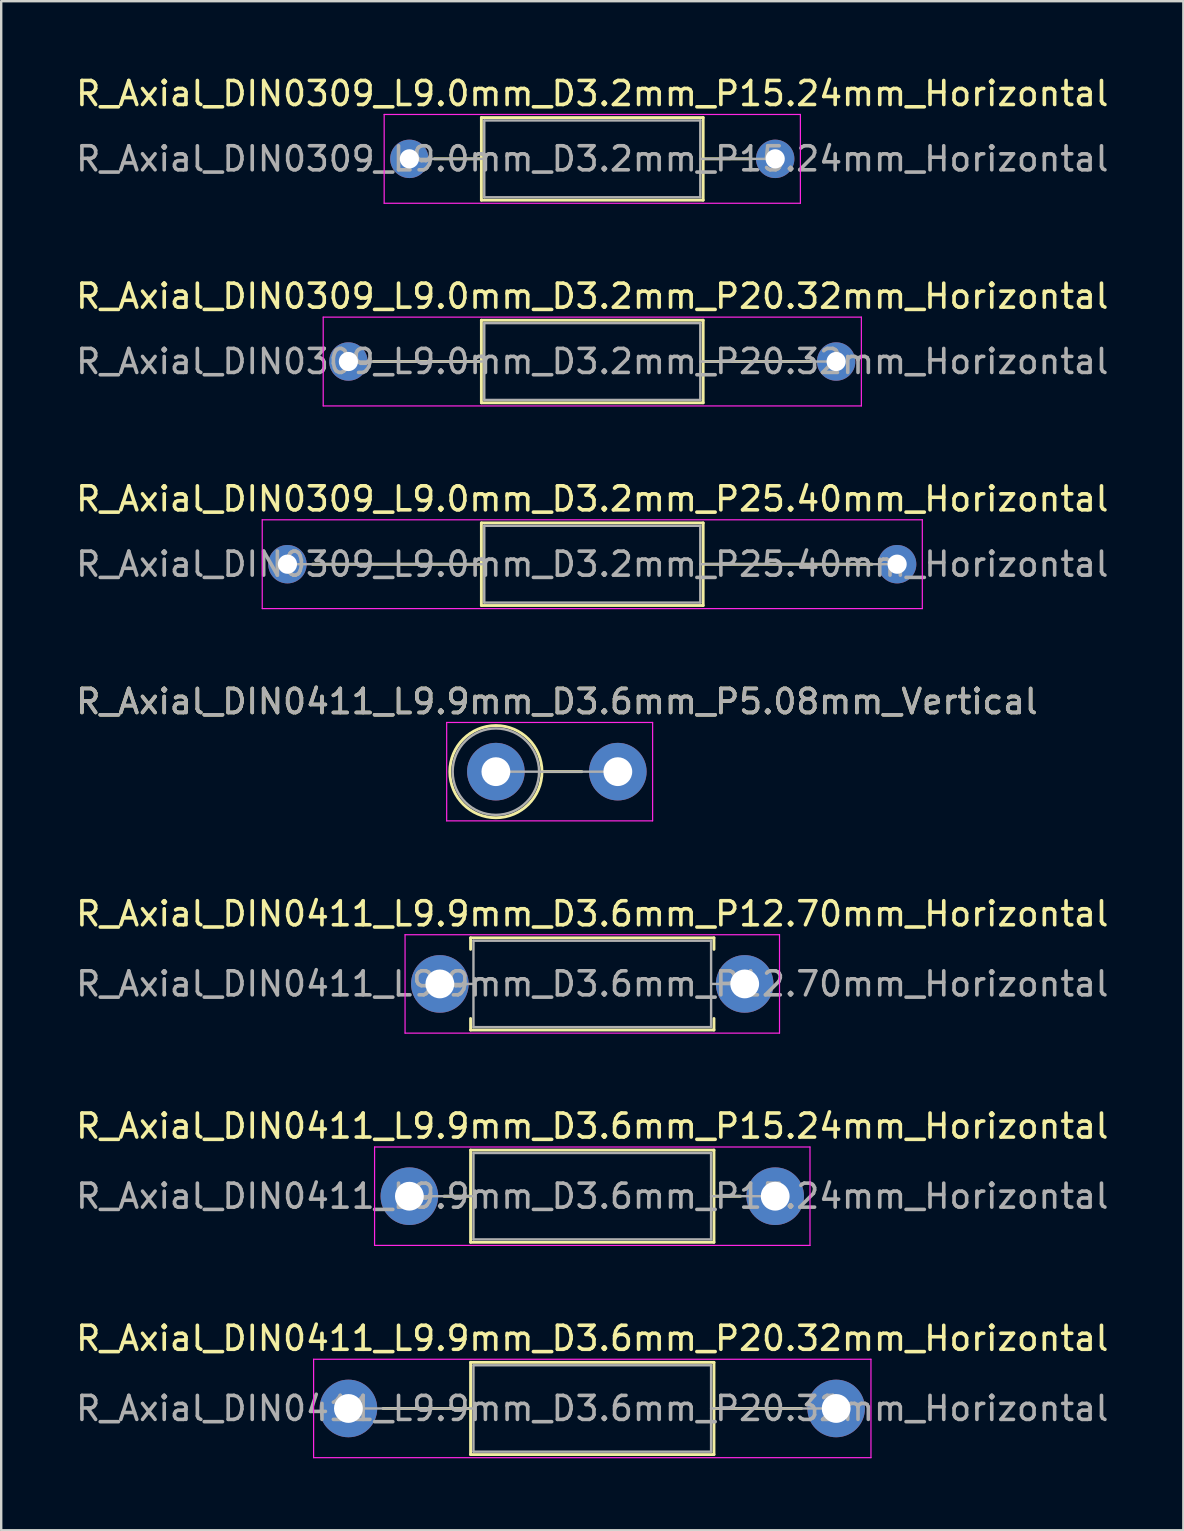
<source format=kicad_pcb>
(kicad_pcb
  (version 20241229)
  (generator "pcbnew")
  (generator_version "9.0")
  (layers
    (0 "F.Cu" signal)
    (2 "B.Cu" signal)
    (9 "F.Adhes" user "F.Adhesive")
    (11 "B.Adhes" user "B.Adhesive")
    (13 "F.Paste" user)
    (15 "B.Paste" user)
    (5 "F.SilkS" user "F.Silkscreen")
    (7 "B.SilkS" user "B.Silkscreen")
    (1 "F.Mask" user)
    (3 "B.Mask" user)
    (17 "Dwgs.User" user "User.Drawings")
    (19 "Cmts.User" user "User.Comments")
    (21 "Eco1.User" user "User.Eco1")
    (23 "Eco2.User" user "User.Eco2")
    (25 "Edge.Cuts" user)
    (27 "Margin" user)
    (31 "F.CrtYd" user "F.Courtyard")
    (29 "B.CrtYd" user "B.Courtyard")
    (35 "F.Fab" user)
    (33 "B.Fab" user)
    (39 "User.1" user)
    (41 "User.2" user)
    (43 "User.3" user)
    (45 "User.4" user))
  (footprint "R_Axial_DIN0411_L9.9mm_D3.6mm_P12.70mm_Horizontal"
    (layer "F.Cu")
    (at 15.275 37.941)
    (property "Reference" "R_Axial_DIN0411_L9.9mm_D3.6mm_P12.70mm_Horizontal" (at 6.35 -2.92 0) (layer "F.SilkS") (effects (font (size 1 1) (thickness 0.15))))
    (attr through_hole)
    (fp_line (start 1.28 -1.92) (end 11.42 -1.92) (stroke (width 0.12) (type solid)) (layer "F.SilkS"))
    (fp_line (start 1.28 -1.44) (end 1.28 -1.92) (stroke (width 0.12) (type solid)) (layer "F.SilkS"))
    (fp_line (start 1.28 1.44) (end 1.28 1.92) (stroke (width 0.12) (type solid)) (layer "F.SilkS"))
    (fp_line (start 1.28 1.92) (end 11.42 1.92) (stroke (width 0.12) (type solid)) (layer "F.SilkS"))
    (fp_line (start 11.42 -1.92) (end 11.42 -1.44) (stroke (width 0.12) (type solid)) (layer "F.SilkS"))
    (fp_line (start 11.42 1.92) (end 11.42 1.44) (stroke (width 0.12) (type solid)) (layer "F.SilkS"))
    (fp_line (start -1.45 -2.05) (end -1.45 2.05) (stroke (width 0.05) (type solid)) (layer "F.CrtYd"))
    (fp_line (start -1.45 2.05) (end 14.15 2.05) (stroke (width 0.05) (type solid)) (layer "F.CrtYd"))
    (fp_line (start 14.15 -2.05) (end -1.45 -2.05) (stroke (width 0.05) (type solid)) (layer "F.CrtYd"))
    (fp_line (start 14.15 2.05) (end 14.15 -2.05) (stroke (width 0.05) (type solid)) (layer "F.CrtYd"))
    (fp_line (start 0 0) (end 1.4 0) (stroke (width 0.1) (type solid)) (layer "F.Fab"))
    (fp_line (start 1.4 -1.8) (end 1.4 1.8) (stroke (width 0.1) (type solid)) (layer "F.Fab"))
    (fp_line (start 1.4 1.8) (end 11.3 1.8) (stroke (width 0.1) (type solid)) (layer "F.Fab"))
    (fp_line (start 11.3 -1.8) (end 1.4 -1.8) (stroke (width 0.1) (type solid)) (layer "F.Fab"))
    (fp_line (start 11.3 1.8) (end 11.3 -1.8) (stroke (width 0.1) (type solid)) (layer "F.Fab"))
    (fp_line (start 12.7 0) (end 11.3 0) (stroke (width 0.1) (type solid)) (layer "F.Fab"))
    (fp_text user "${REFERENCE}" (at 6.35 0 0) (layer "F.Fab") (effects (font (size 1 1) (thickness 0.15))))
    (pad "1" thru_hole circle (at 0 0) (size 2.4 2.4) (drill 1.2) (layers "*.Cu" "*.Mask"))
    (pad "2" thru_hole oval (at 12.7 0) (size 2.4 2.4) (drill 1.2) (layers "*.Cu" "*.Mask")))
  (footprint "R_Axial_DIN0411_L9.9mm_D3.6mm_P5.08mm_Vertical"
    (layer "F.Cu")
    (at 17.609 29.098)
    (property "Reference" "R_Axial_DIN0411_L9.9mm_D3.6mm_P5.08mm_Vertical" (at 2.54 -2.92 0) (layer "F.SilkS") (effects (font (size 1 1) (thickness 0.15))))
    (attr through_hole)
    (fp_line (start 1.92 0) (end 3.58 0) (stroke (width 0.12) (type solid)) (layer "F.SilkS"))
    (fp_circle (center 0 0) (end 1.92 0) (stroke (width 0.12) (type solid)) (fill no) (layer "F.SilkS"))
    (fp_line (start -2.05 -2.05) (end -2.05 2.05) (stroke (width 0.05) (type solid)) (layer "F.CrtYd"))
    (fp_line (start -2.05 2.05) (end 6.53 2.05) (stroke (width 0.05) (type solid)) (layer "F.CrtYd"))
    (fp_line (start 6.53 -2.05) (end -2.05 -2.05) (stroke (width 0.05) (type solid)) (layer "F.CrtYd"))
    (fp_line (start 6.53 2.05) (end 6.53 -2.05) (stroke (width 0.05) (type solid)) (layer "F.CrtYd"))
    (fp_line (start 0 0) (end 5.08 0) (stroke (width 0.1) (type solid)) (layer "F.Fab"))
    (fp_circle (center 0 0) (end 1.8 0) (stroke (width 0.1) (type solid)) (fill no) (layer "F.Fab"))
    (fp_text user "${REFERENCE}" (at 2.54 -2.92 0) (layer "F.Fab") (effects (font (size 1 1) (thickness 0.15))))
    (pad "1" thru_hole circle (at 0 0) (size 2.4 2.4) (drill 1.2) (layers "*.Cu" "*.Mask"))
    (pad "2" thru_hole oval (at 5.08 0) (size 2.4 2.4) (drill 1.2) (layers "*.Cu" "*.Mask")))
  (footprint "R_Axial_DIN0411_L9.9mm_D3.6mm_P20.32mm_Horizontal"
    (layer "F.Cu")
    (at 11.465 55.628)
    (property "Reference" "R_Axial_DIN0411_L9.9mm_D3.6mm_P20.32mm_Horizontal" (at 10.16 -2.92 0) (layer "F.SilkS") (effects (font (size 1 1) (thickness 0.15))))
    (attr through_hole)
    (fp_line (start 1.44 0) (end 5.09 0) (stroke (width 0.12) (type solid)) (layer "F.SilkS"))
    (fp_line (start 5.09 -1.92) (end 5.09 1.92) (stroke (width 0.12) (type solid)) (layer "F.SilkS"))
    (fp_line (start 5.09 1.92) (end 15.23 1.92) (stroke (width 0.12) (type solid)) (layer "F.SilkS"))
    (fp_line (start 15.23 -1.92) (end 5.09 -1.92) (stroke (width 0.12) (type solid)) (layer "F.SilkS"))
    (fp_line (start 15.23 1.92) (end 15.23 -1.92) (stroke (width 0.12) (type solid)) (layer "F.SilkS"))
    (fp_line (start 18.88 0) (end 15.23 0) (stroke (width 0.12) (type solid)) (layer "F.SilkS"))
    (fp_line (start -1.45 -2.05) (end -1.45 2.05) (stroke (width 0.05) (type solid)) (layer "F.CrtYd"))
    (fp_line (start -1.45 2.05) (end 21.77 2.05) (stroke (width 0.05) (type solid)) (layer "F.CrtYd"))
    (fp_line (start 21.77 -2.05) (end -1.45 -2.05) (stroke (width 0.05) (type solid)) (layer "F.CrtYd"))
    (fp_line (start 21.77 2.05) (end 21.77 -2.05) (stroke (width 0.05) (type solid)) (layer "F.CrtYd"))
    (fp_line (start 0 0) (end 5.21 0) (stroke (width 0.1) (type solid)) (layer "F.Fab"))
    (fp_line (start 5.21 -1.8) (end 5.21 1.8) (stroke (width 0.1) (type solid)) (layer "F.Fab"))
    (fp_line (start 5.21 1.8) (end 15.11 1.8) (stroke (width 0.1) (type solid)) (layer "F.Fab"))
    (fp_line (start 15.11 -1.8) (end 5.21 -1.8) (stroke (width 0.1) (type solid)) (layer "F.Fab"))
    (fp_line (start 15.11 1.8) (end 15.11 -1.8) (stroke (width 0.1) (type solid)) (layer "F.Fab"))
    (fp_line (start 20.32 0) (end 15.11 0) (stroke (width 0.1) (type solid)) (layer "F.Fab"))
    (fp_text user "${REFERENCE}" (at 10.16 0 0) (layer "F.Fab") (effects (font (size 1 1) (thickness 0.15))))
    (pad "1" thru_hole circle (at 0 0) (size 2.4 2.4) (drill 1.2) (layers "*.Cu" "*.Mask"))
    (pad "2" thru_hole oval (at 20.32 0) (size 2.4 2.4) (drill 1.2) (layers "*.Cu" "*.Mask")))
  (footprint "R_Axial_DIN0309_L9.0mm_D3.2mm_P25.40mm_Horizontal"
    (layer "F.Cu")
    (at 8.925 20.455)
    (property "Reference" "R_Axial_DIN0309_L9.0mm_D3.2mm_P25.40mm_Horizontal" (at 12.7 -2.72 0) (layer "F.SilkS") (effects (font (size 1 1) (thickness 0.15))))
    (attr through_hole)
    (fp_line (start 1.04 0) (end 8.08 0) (stroke (width 0.12) (type solid)) (layer "F.SilkS"))
    (fp_line (start 8.08 -1.72) (end 8.08 1.72) (stroke (width 0.12) (type solid)) (layer "F.SilkS"))
    (fp_line (start 8.08 1.72) (end 17.32 1.72) (stroke (width 0.12) (type solid)) (layer "F.SilkS"))
    (fp_line (start 17.32 -1.72) (end 8.08 -1.72) (stroke (width 0.12) (type solid)) (layer "F.SilkS"))
    (fp_line (start 17.32 1.72) (end 17.32 -1.72) (stroke (width 0.12) (type solid)) (layer "F.SilkS"))
    (fp_line (start 24.36 0) (end 17.32 0) (stroke (width 0.12) (type solid)) (layer "F.SilkS"))
    (fp_line (start -1.05 -1.85) (end -1.05 1.85) (stroke (width 0.05) (type solid)) (layer "F.CrtYd"))
    (fp_line (start -1.05 1.85) (end 26.45 1.85) (stroke (width 0.05) (type solid)) (layer "F.CrtYd"))
    (fp_line (start 26.45 -1.85) (end -1.05 -1.85) (stroke (width 0.05) (type solid)) (layer "F.CrtYd"))
    (fp_line (start 26.45 1.85) (end 26.45 -1.85) (stroke (width 0.05) (type solid)) (layer "F.CrtYd"))
    (fp_line (start 0 0) (end 8.2 0) (stroke (width 0.1) (type solid)) (layer "F.Fab"))
    (fp_line (start 8.2 -1.6) (end 8.2 1.6) (stroke (width 0.1) (type solid)) (layer "F.Fab"))
    (fp_line (start 8.2 1.6) (end 17.2 1.6) (stroke (width 0.1) (type solid)) (layer "F.Fab"))
    (fp_line (start 17.2 -1.6) (end 8.2 -1.6) (stroke (width 0.1) (type solid)) (layer "F.Fab"))
    (fp_line (start 17.2 1.6) (end 17.2 -1.6) (stroke (width 0.1) (type solid)) (layer "F.Fab"))
    (fp_line (start 25.4 0) (end 17.2 0) (stroke (width 0.1) (type solid)) (layer "F.Fab"))
    (fp_text user "${REFERENCE}" (at 12.7 0 0) (layer "F.Fab") (effects (font (size 1 1) (thickness 0.15))))
    (pad "1" thru_hole circle (at 0 0) (size 1.6 1.6) (drill 0.8) (layers "*.Cu" "*.Mask"))
    (pad "2" thru_hole oval (at 25.4 0) (size 1.6 1.6) (drill 0.8) (layers "*.Cu" "*.Mask")))
  (footprint "R_Axial_DIN0411_L9.9mm_D3.6mm_P15.24mm_Horizontal"
    (layer "F.Cu")
    (at 14.005 46.785)
    (property "Reference" "R_Axial_DIN0411_L9.9mm_D3.6mm_P15.24mm_Horizontal" (at 7.62 -2.92 0) (layer "F.SilkS") (effects (font (size 1 1) (thickness 0.15))))
    (attr through_hole)
    (fp_line (start 1.44 0) (end 2.55 0) (stroke (width 0.12) (type solid)) (layer "F.SilkS"))
    (fp_line (start 2.55 -1.92) (end 2.55 1.92) (stroke (width 0.12) (type solid)) (layer "F.SilkS"))
    (fp_line (start 2.55 1.92) (end 12.69 1.92) (stroke (width 0.12) (type solid)) (layer "F.SilkS"))
    (fp_line (start 12.69 -1.92) (end 2.55 -1.92) (stroke (width 0.12) (type solid)) (layer "F.SilkS"))
    (fp_line (start 12.69 1.92) (end 12.69 -1.92) (stroke (width 0.12) (type solid)) (layer "F.SilkS"))
    (fp_line (start 13.8 0) (end 12.69 0) (stroke (width 0.12) (type solid)) (layer "F.SilkS"))
    (fp_line (start -1.45 -2.05) (end -1.45 2.05) (stroke (width 0.05) (type solid)) (layer "F.CrtYd"))
    (fp_line (start -1.45 2.05) (end 16.69 2.05) (stroke (width 0.05) (type solid)) (layer "F.CrtYd"))
    (fp_line (start 16.69 -2.05) (end -1.45 -2.05) (stroke (width 0.05) (type solid)) (layer "F.CrtYd"))
    (fp_line (start 16.69 2.05) (end 16.69 -2.05) (stroke (width 0.05) (type solid)) (layer "F.CrtYd"))
    (fp_line (start 0 0) (end 2.67 0) (stroke (width 0.1) (type solid)) (layer "F.Fab"))
    (fp_line (start 2.67 -1.8) (end 2.67 1.8) (stroke (width 0.1) (type solid)) (layer "F.Fab"))
    (fp_line (start 2.67 1.8) (end 12.57 1.8) (stroke (width 0.1) (type solid)) (layer "F.Fab"))
    (fp_line (start 12.57 -1.8) (end 2.67 -1.8) (stroke (width 0.1) (type solid)) (layer "F.Fab"))
    (fp_line (start 12.57 1.8) (end 12.57 -1.8) (stroke (width 0.1) (type solid)) (layer "F.Fab"))
    (fp_line (start 15.24 0) (end 12.57 0) (stroke (width 0.1) (type solid)) (layer "F.Fab"))
    (fp_text user "${REFERENCE}" (at 7.62 0 0) (layer "F.Fab") (effects (font (size 1 1) (thickness 0.15))))
    (pad "1" thru_hole circle (at 0 0) (size 2.4 2.4) (drill 1.2) (layers "*.Cu" "*.Mask"))
    (pad "2" thru_hole oval (at 15.24 0) (size 2.4 2.4) (drill 1.2) (layers "*.Cu" "*.Mask")))
  (footprint "R_Axial_DIN0309_L9.0mm_D3.2mm_P15.24mm_Horizontal"
    (layer "F.Cu")
    (at 14.005 3.568)
    (property "Reference" "R_Axial_DIN0309_L9.0mm_D3.2mm_P15.24mm_Horizontal" (at 7.62 -2.72 0) (layer "F.SilkS") (effects (font (size 1 1) (thickness 0.15))))
    (attr through_hole)
    (fp_line (start 1.04 0) (end 3 0) (stroke (width 0.12) (type solid)) (layer "F.SilkS"))
    (fp_line (start 3 -1.72) (end 3 1.72) (stroke (width 0.12) (type solid)) (layer "F.SilkS"))
    (fp_line (start 3 1.72) (end 12.24 1.72) (stroke (width 0.12) (type solid)) (layer "F.SilkS"))
    (fp_line (start 12.24 -1.72) (end 3 -1.72) (stroke (width 0.12) (type solid)) (layer "F.SilkS"))
    (fp_line (start 12.24 1.72) (end 12.24 -1.72) (stroke (width 0.12) (type solid)) (layer "F.SilkS"))
    (fp_line (start 14.2 0) (end 12.24 0) (stroke (width 0.12) (type solid)) (layer "F.SilkS"))
    (fp_line (start -1.05 -1.85) (end -1.05 1.85) (stroke (width 0.05) (type solid)) (layer "F.CrtYd"))
    (fp_line (start -1.05 1.85) (end 16.29 1.85) (stroke (width 0.05) (type solid)) (layer "F.CrtYd"))
    (fp_line (start 16.29 -1.85) (end -1.05 -1.85) (stroke (width 0.05) (type solid)) (layer "F.CrtYd"))
    (fp_line (start 16.29 1.85) (end 16.29 -1.85) (stroke (width 0.05) (type solid)) (layer "F.CrtYd"))
    (fp_line (start 0 0) (end 3.12 0) (stroke (width 0.1) (type solid)) (layer "F.Fab"))
    (fp_line (start 3.12 -1.6) (end 3.12 1.6) (stroke (width 0.1) (type solid)) (layer "F.Fab"))
    (fp_line (start 3.12 1.6) (end 12.12 1.6) (stroke (width 0.1) (type solid)) (layer "F.Fab"))
    (fp_line (start 12.12 -1.6) (end 3.12 -1.6) (stroke (width 0.1) (type solid)) (layer "F.Fab"))
    (fp_line (start 12.12 1.6) (end 12.12 -1.6) (stroke (width 0.1) (type solid)) (layer "F.Fab"))
    (fp_line (start 15.24 0) (end 12.12 0) (stroke (width 0.1) (type solid)) (layer "F.Fab"))
    (fp_text user "${REFERENCE}" (at 7.62 0 0) (layer "F.Fab") (effects (font (size 1 1) (thickness 0.15))))
    (pad "1" thru_hole circle (at 0 0) (size 1.6 1.6) (drill 0.8) (layers "*.Cu" "*.Mask"))
    (pad "2" thru_hole oval (at 15.24 0) (size 1.6 1.6) (drill 0.8) (layers "*.Cu" "*.Mask")))
  (footprint "R_Axial_DIN0309_L9.0mm_D3.2mm_P20.32mm_Horizontal"
    (layer "F.Cu")
    (at 11.465 12.011)
    (property "Reference" "R_Axial_DIN0309_L9.0mm_D3.2mm_P20.32mm_Horizontal" (at 10.16 -2.72 0) (layer "F.SilkS") (effects (font (size 1 1) (thickness 0.15))))
    (attr through_hole)
    (fp_line (start 1.04 0) (end 5.54 0) (stroke (width 0.12) (type solid)) (layer "F.SilkS"))
    (fp_line (start 5.54 -1.72) (end 5.54 1.72) (stroke (width 0.12) (type solid)) (layer "F.SilkS"))
    (fp_line (start 5.54 1.72) (end 14.78 1.72) (stroke (width 0.12) (type solid)) (layer "F.SilkS"))
    (fp_line (start 14.78 -1.72) (end 5.54 -1.72) (stroke (width 0.12) (type solid)) (layer "F.SilkS"))
    (fp_line (start 14.78 1.72) (end 14.78 -1.72) (stroke (width 0.12) (type solid)) (layer "F.SilkS"))
    (fp_line (start 19.28 0) (end 14.78 0) (stroke (width 0.12) (type solid)) (layer "F.SilkS"))
    (fp_line (start -1.05 -1.85) (end -1.05 1.85) (stroke (width 0.05) (type solid)) (layer "F.CrtYd"))
    (fp_line (start -1.05 1.85) (end 21.37 1.85) (stroke (width 0.05) (type solid)) (layer "F.CrtYd"))
    (fp_line (start 21.37 -1.85) (end -1.05 -1.85) (stroke (width 0.05) (type solid)) (layer "F.CrtYd"))
    (fp_line (start 21.37 1.85) (end 21.37 -1.85) (stroke (width 0.05) (type solid)) (layer "F.CrtYd"))
    (fp_line (start 0 0) (end 5.66 0) (stroke (width 0.1) (type solid)) (layer "F.Fab"))
    (fp_line (start 5.66 -1.6) (end 5.66 1.6) (stroke (width 0.1) (type solid)) (layer "F.Fab"))
    (fp_line (start 5.66 1.6) (end 14.66 1.6) (stroke (width 0.1) (type solid)) (layer "F.Fab"))
    (fp_line (start 14.66 -1.6) (end 5.66 -1.6) (stroke (width 0.1) (type solid)) (layer "F.Fab"))
    (fp_line (start 14.66 1.6) (end 14.66 -1.6) (stroke (width 0.1) (type solid)) (layer "F.Fab"))
    (fp_line (start 20.32 0) (end 14.66 0) (stroke (width 0.1) (type solid)) (layer "F.Fab"))
    (fp_text user "${REFERENCE}" (at 10.16 0 0) (layer "F.Fab") (effects (font (size 1 1) (thickness 0.15))))
    (pad "1" thru_hole circle (at 0 0) (size 1.6 1.6) (drill 0.8) (layers "*.Cu" "*.Mask"))
    (pad "2" thru_hole oval (at 20.32 0) (size 1.6 1.6) (drill 0.8) (layers "*.Cu" "*.Mask")))
  (gr_rect
    (start -3 -3)
    (end 46.25 60.703)
    (stroke (width 0.1) (type default))
    (fill no)
    (layer "Edge.Cuts")))
</source>
